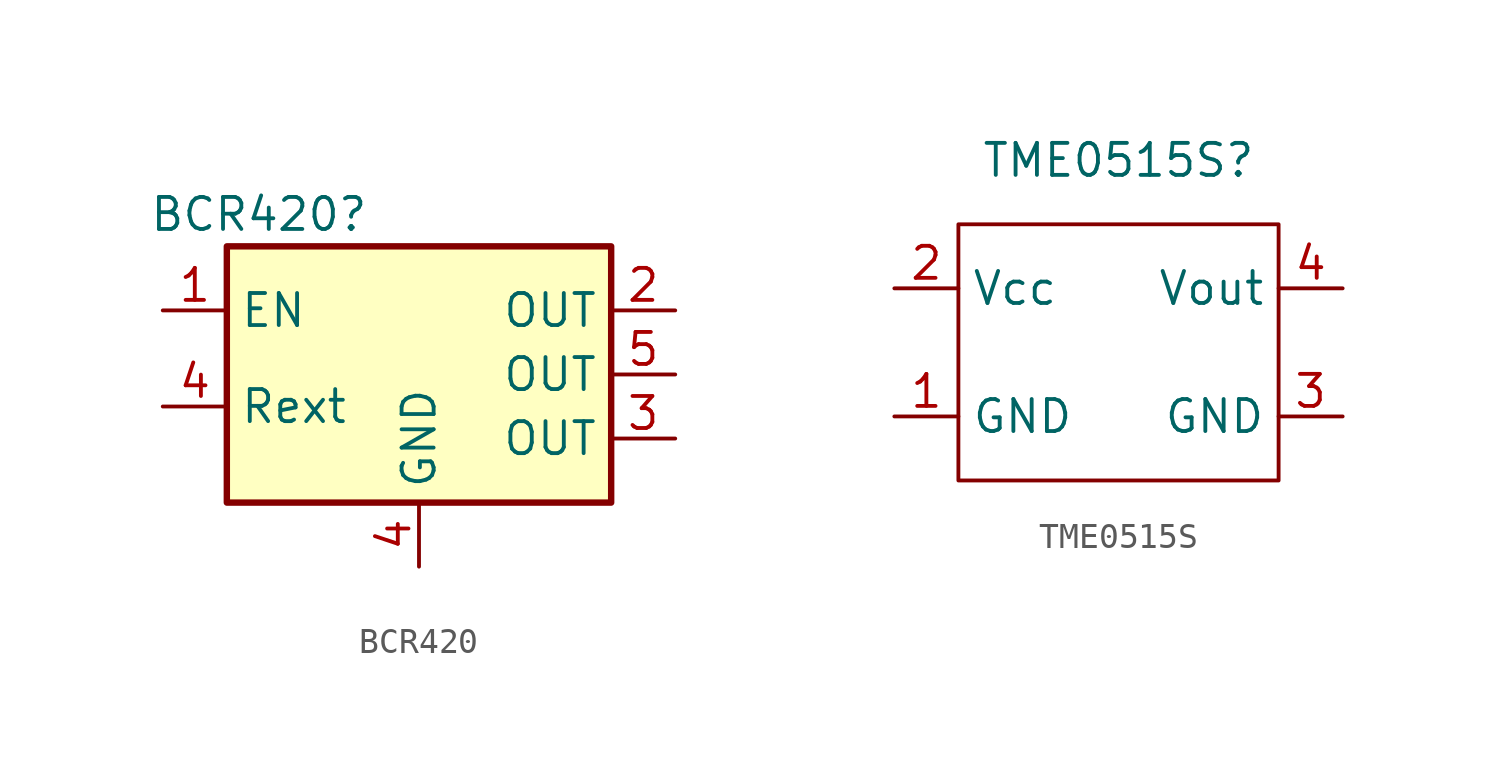
<source format=kicad_sym>
(kicad_symbol_lib
  (version 20220914)
  (generator kicad_symbol_editor)
  (symbol "BCR420"
    (property "Reference" "BCR420"
      (at -6.35 -2.54 0)
      (effects (font (size 1.27 1.27))))
    (property "Value" ""
      (at 0 0 0)
      (effects (font (size 1.27 1.27))))
    (symbol "BCR420_0_1"
      (rectangle (start -7.62 -3.81) (end 7.62 -13.97) (stroke (width 0.254) (type default)) (fill (type background))))
    (symbol "BCR420_1_1"
      (pin input line (at -10.16 -6.35 0) (length 2.54) (name "EN" (effects (font (size 1.27 1.27)))) (number "1" (effects (font (size 1.27 1.27)))))
      (pin output line (at 10.16 -6.35 180) (length 2.54) (name "OUT" (effects (font (size 1.27 1.27)))) (number "2" (effects (font (size 1.27 1.27)))))
      (pin output line (at 10.16 -11.43 180) (length 2.54) (name "OUT" (effects (font (size 1.27 1.27)))) (number "3" (effects (font (size 1.27 1.27)))))
      (pin power_in line (at 0 -16.51 90) (length 2.54) (name "GND" (effects (font (size 1.27 1.27)))) (number "4" (effects (font (size 1.27 1.27)))))
      (pin input line (at -10.16 -10.16 0) (length 2.54) (name "Rext" (effects (font (size 1.27 1.27)))) (number "4" (effects (font (size 1.27 1.27)))))
      (pin output line (at 10.16 -8.89 180) (length 2.54) (name "OUT" (effects (font (size 1.27 1.27)))) (number "5" (effects (font (size 1.27 1.27)))))))
  (symbol "TME0515S"
    (property "Reference" "TME0515S"
      (at 0 0 0)
      (effects (font (size 1.27 1.27))))
    (property "Value" ""
      (at 0 0 0)
      (effects (font (size 1.27 1.27))))
    (symbol "TME0515S_0_1"
      (rectangle (start -6.35 -2.54) (end 6.35 -12.7) (stroke (width 0) (type default)) (fill (type none))))
    (symbol "TME0515S_1_1"
      (pin power_in line (at -8.89 -10.16 0) (length 2.54) (name "GND" (effects (font (size 1.27 1.27)))) (number "1" (effects (font (size 1.27 1.27)))))
      (pin power_in line (at -8.89 -5.08 0) (length 2.54) (name "Vcc" (effects (font (size 1.27 1.27)))) (number "2" (effects (font (size 1.27 1.27)))))
      (pin power_out line (at 8.89 -10.16 180) (length 2.54) (name "GND" (effects (font (size 1.27 1.27)))) (number "3" (effects (font (size 1.27 1.27)))))
      (pin power_out line (at 8.89 -5.08 180) (length 2.54) (name "Vout" (effects (font (size 1.27 1.27)))) (number "4" (effects (font (size 1.27 1.27))))))))
</source>
